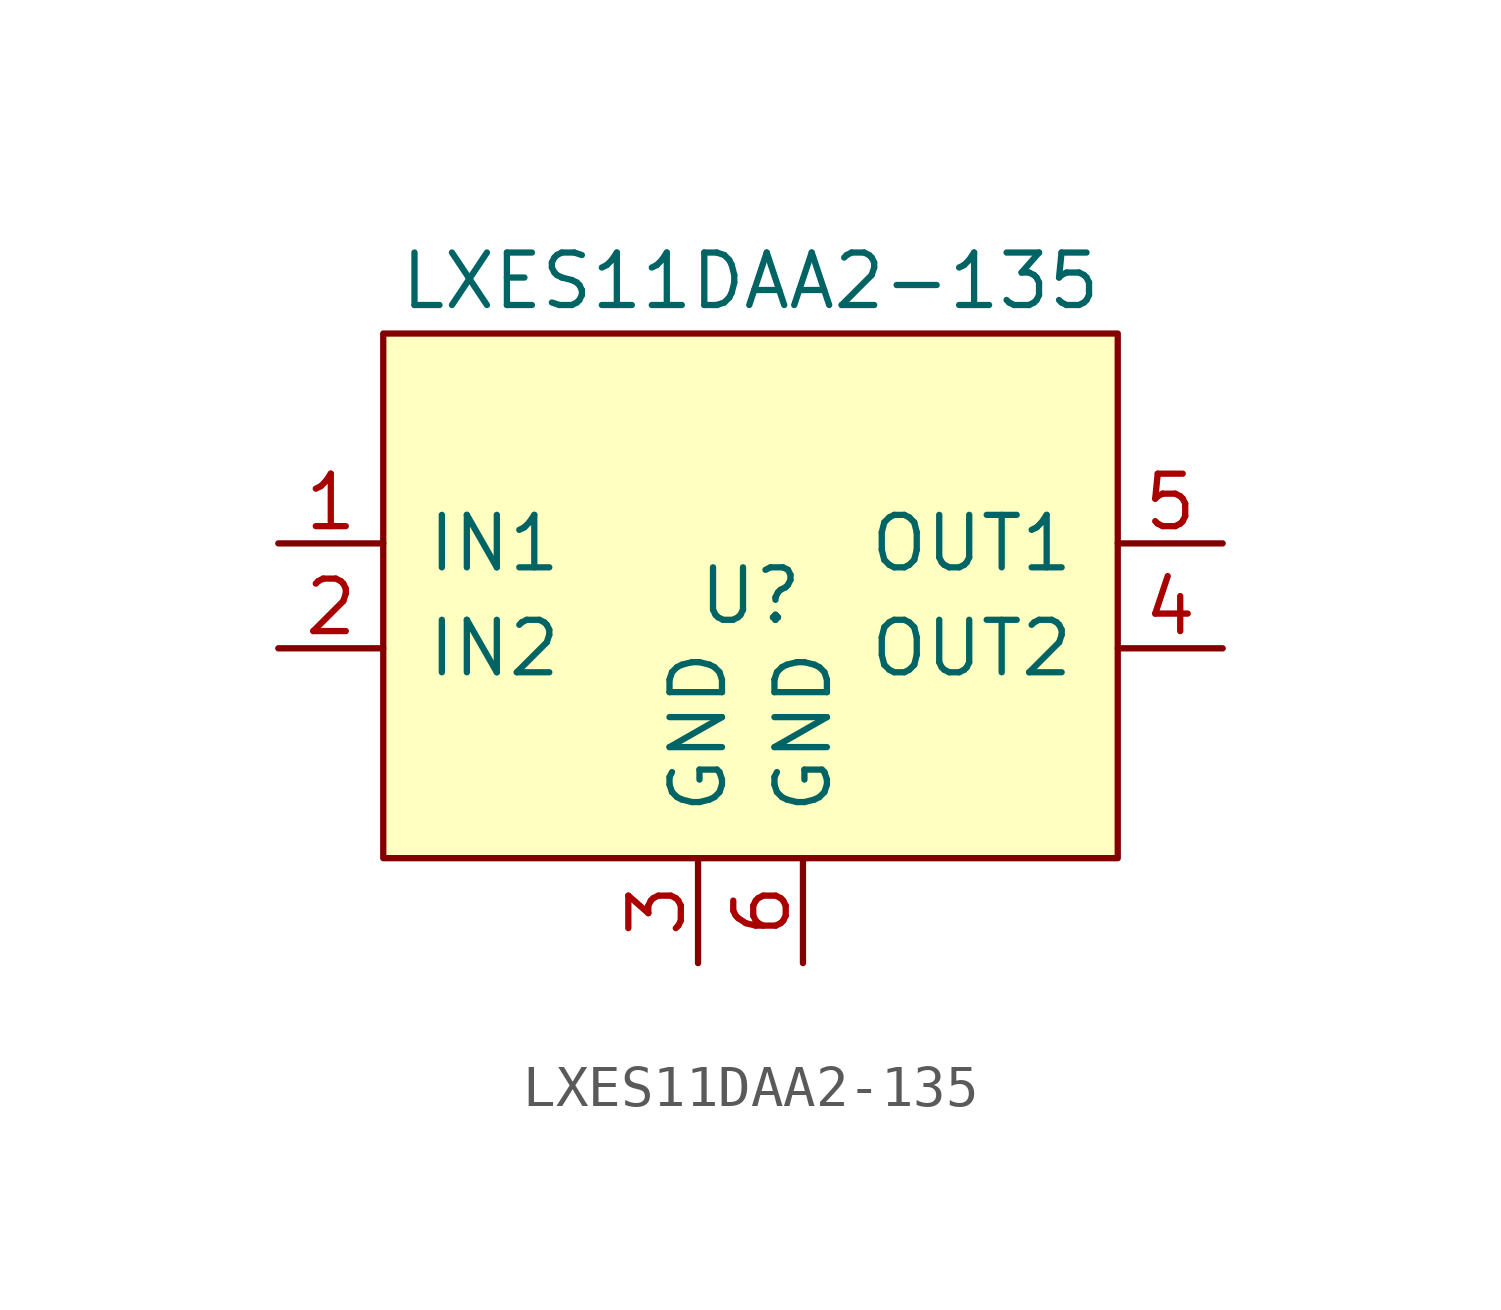
<source format=kicad_sym>
(kicad_symbol_lib
  (version 20211014)
  (generator kicad_symbol_editor)
  (symbol "LXES11DAA2-135"
    (pin_names
      (offset 1.016))
    (property "Reference" "U"
      (at 0 0 0)
      (effects (font (size 1.27 1.27))))
    (property "Value" "LXES11DAA2-135"
      (at 0 7.62 0)
      (effects (font (size 1.27 1.27))))
    (symbol "LXES11DAA2-135_0_0"
      (pin passive line (at -11.43 1.27 0) (length 2.54) (name "IN1" (effects (font (size 1.27 1.27)))) (number "1" (effects (font (size 1.27 1.27)))))
      (pin passive line (at -11.43 -1.27 0) (length 2.54) (name "IN2" (effects (font (size 1.27 1.27)))) (number "2" (effects (font (size 1.27 1.27)))))
      (pin power_in line (at -1.27 -8.89 90) (length 2.54) (name "GND" (effects (font (size 1.27 1.27)))) (number "3" (effects (font (size 1.27 1.27)))))
      (pin passive line (at 11.43 -1.27 180) (length 2.54) (name "OUT2" (effects (font (size 1.27 1.27)))) (number "4" (effects (font (size 1.27 1.27)))))
      (pin passive line (at 11.43 1.27 180) (length 2.54) (name "OUT1" (effects (font (size 1.27 1.27)))) (number "5" (effects (font (size 1.27 1.27)))))
      (pin power_in line (at 1.27 -8.89 90) (length 2.54) (name "GND" (effects (font (size 1.27 1.27)))) (number "6" (effects (font (size 1.27 1.27))))))
    (symbol "LXES11DAA2-135_0_1"
      (rectangle (start -8.89 6.35) (end 8.89 -6.35) (stroke (width 0) (type default) (color 0 0 0 0)) (fill (type background))))))
</source>
